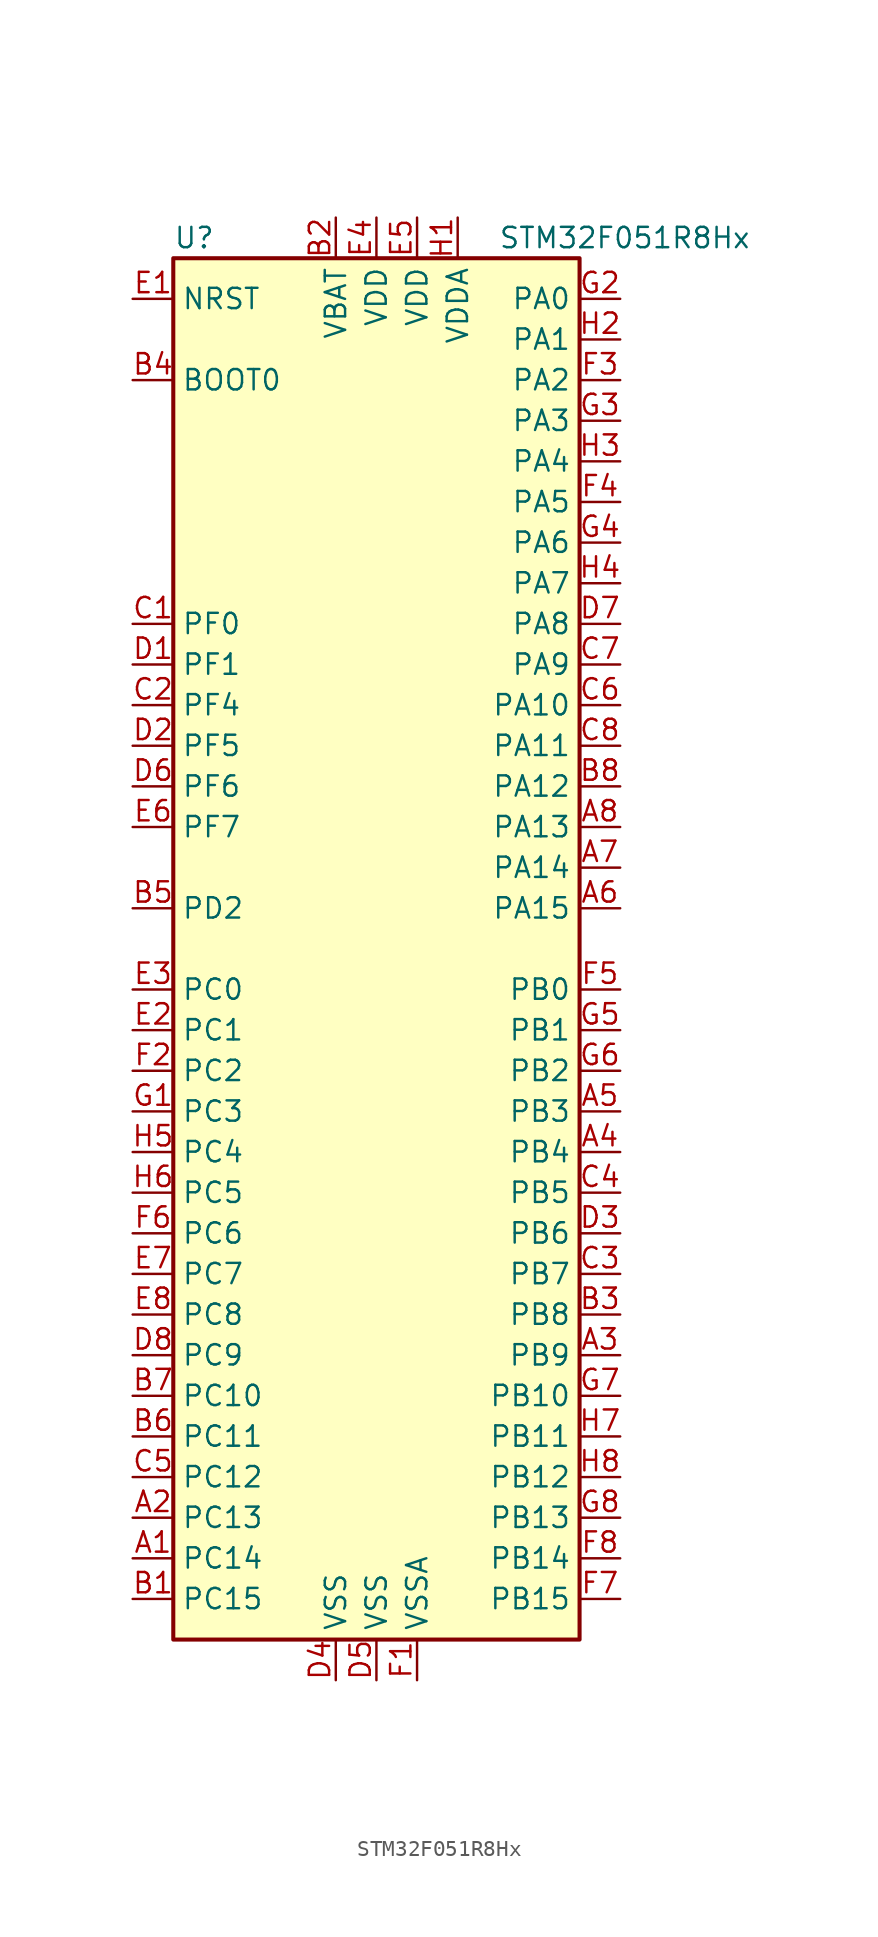
<source format=kicad_sym>
(kicad_symbol_lib
  (version 20201005)
  (generator kicad_symbol_editor)
  (symbol "MCU_ST_STM32F0:STM32F051R8Hx"
    (property "Reference" "U"
      (at -12.7 44.45 0)
      (effects (font (size 1.27 1.27)) (justify left)))
    (property "Value" "STM32F051R8Hx"
      (at 7.62 44.45 0)
      (effects (font (size 1.27 1.27)) (justify left)))
    (symbol "STM32F051R8Hx_0_1"
      (rectangle (start -12.7 -43.18) (end 12.7 43.18) (stroke (width 0.254)) (fill (type background))))
    (symbol "STM32F051R8Hx_1_1"
      (pin bidirectional line (at -15.24 -38.1 0) (length 2.54) (name "PC14" (effects (font (size 1.27 1.27)))) (number "A1" (effects (font (size 1.27 1.27)))))
      (pin bidirectional line (at -15.24 -35.56 0) (length 2.54) (name "PC13" (effects (font (size 1.27 1.27)))) (number "A2" (effects (font (size 1.27 1.27)))))
      (pin bidirectional line (at 15.24 -25.4 180) (length 2.54) (name "PB9" (effects (font (size 1.27 1.27)))) (number "A3" (effects (font (size 1.27 1.27)))))
      (pin bidirectional line (at 15.24 -12.7 180) (length 2.54) (name "PB4" (effects (font (size 1.27 1.27)))) (number "A4" (effects (font (size 1.27 1.27)))))
      (pin bidirectional line (at 15.24 -10.16 180) (length 2.54) (name "PB3" (effects (font (size 1.27 1.27)))) (number "A5" (effects (font (size 1.27 1.27)))))
      (pin bidirectional line (at 15.24 2.54 180) (length 2.54) (name "PA15" (effects (font (size 1.27 1.27)))) (number "A6" (effects (font (size 1.27 1.27)))))
      (pin bidirectional line (at 15.24 5.08 180) (length 2.54) (name "PA14" (effects (font (size 1.27 1.27)))) (number "A7" (effects (font (size 1.27 1.27)))))
      (pin bidirectional line (at 15.24 7.62 180) (length 2.54) (name "PA13" (effects (font (size 1.27 1.27)))) (number "A8" (effects (font (size 1.27 1.27)))))
      (pin bidirectional line (at -15.24 -40.64 0) (length 2.54) (name "PC15" (effects (font (size 1.27 1.27)))) (number "B1" (effects (font (size 1.27 1.27)))))
      (pin power_in line (at -2.54 45.72 270) (length 2.54) (name "VBAT" (effects (font (size 1.27 1.27)))) (number "B2" (effects (font (size 1.27 1.27)))))
      (pin bidirectional line (at 15.24 -22.86 180) (length 2.54) (name "PB8" (effects (font (size 1.27 1.27)))) (number "B3" (effects (font (size 1.27 1.27)))))
      (pin input line (at -15.24 35.56 0) (length 2.54) (name "BOOT0" (effects (font (size 1.27 1.27)))) (number "B4" (effects (font (size 1.27 1.27)))))
      (pin bidirectional line (at -15.24 2.54 0) (length 2.54) (name "PD2" (effects (font (size 1.27 1.27)))) (number "B5" (effects (font (size 1.27 1.27)))))
      (pin bidirectional line (at -15.24 -30.48 0) (length 2.54) (name "PC11" (effects (font (size 1.27 1.27)))) (number "B6" (effects (font (size 1.27 1.27)))))
      (pin bidirectional line (at -15.24 -27.94 0) (length 2.54) (name "PC10" (effects (font (size 1.27 1.27)))) (number "B7" (effects (font (size 1.27 1.27)))))
      (pin bidirectional line (at 15.24 10.16 180) (length 2.54) (name "PA12" (effects (font (size 1.27 1.27)))) (number "B8" (effects (font (size 1.27 1.27)))))
      (pin input line (at -15.24 20.32 0) (length 2.54) (name "PF0" (effects (font (size 1.27 1.27)))) (number "C1" (effects (font (size 1.27 1.27)))))
      (pin bidirectional line (at -15.24 15.24 0) (length 2.54) (name "PF4" (effects (font (size 1.27 1.27)))) (number "C2" (effects (font (size 1.27 1.27)))))
      (pin bidirectional line (at 15.24 -20.32 180) (length 2.54) (name "PB7" (effects (font (size 1.27 1.27)))) (number "C3" (effects (font (size 1.27 1.27)))))
      (pin bidirectional line (at 15.24 -15.24 180) (length 2.54) (name "PB5" (effects (font (size 1.27 1.27)))) (number "C4" (effects (font (size 1.27 1.27)))))
      (pin bidirectional line (at -15.24 -33.02 0) (length 2.54) (name "PC12" (effects (font (size 1.27 1.27)))) (number "C5" (effects (font (size 1.27 1.27)))))
      (pin bidirectional line (at 15.24 15.24 180) (length 2.54) (name "PA10" (effects (font (size 1.27 1.27)))) (number "C6" (effects (font (size 1.27 1.27)))))
      (pin bidirectional line (at 15.24 17.78 180) (length 2.54) (name "PA9" (effects (font (size 1.27 1.27)))) (number "C7" (effects (font (size 1.27 1.27)))))
      (pin bidirectional line (at 15.24 12.7 180) (length 2.54) (name "PA11" (effects (font (size 1.27 1.27)))) (number "C8" (effects (font (size 1.27 1.27)))))
      (pin input line (at -15.24 17.78 0) (length 2.54) (name "PF1" (effects (font (size 1.27 1.27)))) (number "D1" (effects (font (size 1.27 1.27)))))
      (pin bidirectional line (at -15.24 12.7 0) (length 2.54) (name "PF5" (effects (font (size 1.27 1.27)))) (number "D2" (effects (font (size 1.27 1.27)))))
      (pin bidirectional line (at 15.24 -17.78 180) (length 2.54) (name "PB6" (effects (font (size 1.27 1.27)))) (number "D3" (effects (font (size 1.27 1.27)))))
      (pin power_in line (at -2.54 -45.72 90) (length 2.54) (name "VSS" (effects (font (size 1.27 1.27)))) (number "D4" (effects (font (size 1.27 1.27)))))
      (pin power_in line (at 0 -45.72 90) (length 2.54) (name "VSS" (effects (font (size 1.27 1.27)))) (number "D5" (effects (font (size 1.27 1.27)))))
      (pin bidirectional line (at -15.24 10.16 0) (length 2.54) (name "PF6" (effects (font (size 1.27 1.27)))) (number "D6" (effects (font (size 1.27 1.27)))))
      (pin bidirectional line (at 15.24 20.32 180) (length 2.54) (name "PA8" (effects (font (size 1.27 1.27)))) (number "D7" (effects (font (size 1.27 1.27)))))
      (pin bidirectional line (at -15.24 -25.4 0) (length 2.54) (name "PC9" (effects (font (size 1.27 1.27)))) (number "D8" (effects (font (size 1.27 1.27)))))
      (pin input line (at -15.24 40.64 0) (length 2.54) (name "NRST" (effects (font (size 1.27 1.27)))) (number "E1" (effects (font (size 1.27 1.27)))))
      (pin bidirectional line (at -15.24 -5.08 0) (length 2.54) (name "PC1" (effects (font (size 1.27 1.27)))) (number "E2" (effects (font (size 1.27 1.27)))))
      (pin bidirectional line (at -15.24 -2.54 0) (length 2.54) (name "PC0" (effects (font (size 1.27 1.27)))) (number "E3" (effects (font (size 1.27 1.27)))))
      (pin power_in line (at 0 45.72 270) (length 2.54) (name "VDD" (effects (font (size 1.27 1.27)))) (number "E4" (effects (font (size 1.27 1.27)))))
      (pin power_in line (at 2.54 45.72 270) (length 2.54) (name "VDD" (effects (font (size 1.27 1.27)))) (number "E5" (effects (font (size 1.27 1.27)))))
      (pin bidirectional line (at -15.24 7.62 0) (length 2.54) (name "PF7" (effects (font (size 1.27 1.27)))) (number "E6" (effects (font (size 1.27 1.27)))))
      (pin bidirectional line (at -15.24 -20.32 0) (length 2.54) (name "PC7" (effects (font (size 1.27 1.27)))) (number "E7" (effects (font (size 1.27 1.27)))))
      (pin bidirectional line (at -15.24 -22.86 0) (length 2.54) (name "PC8" (effects (font (size 1.27 1.27)))) (number "E8" (effects (font (size 1.27 1.27)))))
      (pin power_in line (at 2.54 -45.72 90) (length 2.54) (name "VSSA" (effects (font (size 1.27 1.27)))) (number "F1" (effects (font (size 1.27 1.27)))))
      (pin bidirectional line (at -15.24 -7.62 0) (length 2.54) (name "PC2" (effects (font (size 1.27 1.27)))) (number "F2" (effects (font (size 1.27 1.27)))))
      (pin bidirectional line (at 15.24 35.56 180) (length 2.54) (name "PA2" (effects (font (size 1.27 1.27)))) (number "F3" (effects (font (size 1.27 1.27)))))
      (pin bidirectional line (at 15.24 27.94 180) (length 2.54) (name "PA5" (effects (font (size 1.27 1.27)))) (number "F4" (effects (font (size 1.27 1.27)))))
      (pin bidirectional line (at 15.24 -2.54 180) (length 2.54) (name "PB0" (effects (font (size 1.27 1.27)))) (number "F5" (effects (font (size 1.27 1.27)))))
      (pin bidirectional line (at -15.24 -17.78 0) (length 2.54) (name "PC6" (effects (font (size 1.27 1.27)))) (number "F6" (effects (font (size 1.27 1.27)))))
      (pin bidirectional line (at 15.24 -40.64 180) (length 2.54) (name "PB15" (effects (font (size 1.27 1.27)))) (number "F7" (effects (font (size 1.27 1.27)))))
      (pin bidirectional line (at 15.24 -38.1 180) (length 2.54) (name "PB14" (effects (font (size 1.27 1.27)))) (number "F8" (effects (font (size 1.27 1.27)))))
      (pin bidirectional line (at -15.24 -10.16 0) (length 2.54) (name "PC3" (effects (font (size 1.27 1.27)))) (number "G1" (effects (font (size 1.27 1.27)))))
      (pin bidirectional line (at 15.24 40.64 180) (length 2.54) (name "PA0" (effects (font (size 1.27 1.27)))) (number "G2" (effects (font (size 1.27 1.27)))))
      (pin bidirectional line (at 15.24 33.02 180) (length 2.54) (name "PA3" (effects (font (size 1.27 1.27)))) (number "G3" (effects (font (size 1.27 1.27)))))
      (pin bidirectional line (at 15.24 25.4 180) (length 2.54) (name "PA6" (effects (font (size 1.27 1.27)))) (number "G4" (effects (font (size 1.27 1.27)))))
      (pin bidirectional line (at 15.24 -5.08 180) (length 2.54) (name "PB1" (effects (font (size 1.27 1.27)))) (number "G5" (effects (font (size 1.27 1.27)))))
      (pin bidirectional line (at 15.24 -7.62 180) (length 2.54) (name "PB2" (effects (font (size 1.27 1.27)))) (number "G6" (effects (font (size 1.27 1.27)))))
      (pin bidirectional line (at 15.24 -27.94 180) (length 2.54) (name "PB10" (effects (font (size 1.27 1.27)))) (number "G7" (effects (font (size 1.27 1.27)))))
      (pin bidirectional line (at 15.24 -35.56 180) (length 2.54) (name "PB13" (effects (font (size 1.27 1.27)))) (number "G8" (effects (font (size 1.27 1.27)))))
      (pin power_in line (at 5.08 45.72 270) (length 2.54) (name "VDDA" (effects (font (size 1.27 1.27)))) (number "H1" (effects (font (size 1.27 1.27)))))
      (pin bidirectional line (at 15.24 38.1 180) (length 2.54) (name "PA1" (effects (font (size 1.27 1.27)))) (number "H2" (effects (font (size 1.27 1.27)))))
      (pin bidirectional line (at 15.24 30.48 180) (length 2.54) (name "PA4" (effects (font (size 1.27 1.27)))) (number "H3" (effects (font (size 1.27 1.27)))))
      (pin bidirectional line (at 15.24 22.86 180) (length 2.54) (name "PA7" (effects (font (size 1.27 1.27)))) (number "H4" (effects (font (size 1.27 1.27)))))
      (pin bidirectional line (at -15.24 -12.7 0) (length 2.54) (name "PC4" (effects (font (size 1.27 1.27)))) (number "H5" (effects (font (size 1.27 1.27)))))
      (pin bidirectional line (at -15.24 -15.24 0) (length 2.54) (name "PC5" (effects (font (size 1.27 1.27)))) (number "H6" (effects (font (size 1.27 1.27)))))
      (pin bidirectional line (at 15.24 -30.48 180) (length 2.54) (name "PB11" (effects (font (size 1.27 1.27)))) (number "H7" (effects (font (size 1.27 1.27)))))
      (pin bidirectional line (at 15.24 -33.02 180) (length 2.54) (name "PB12" (effects (font (size 1.27 1.27)))) (number "H8" (effects (font (size 1.27 1.27))))))))
</source>
